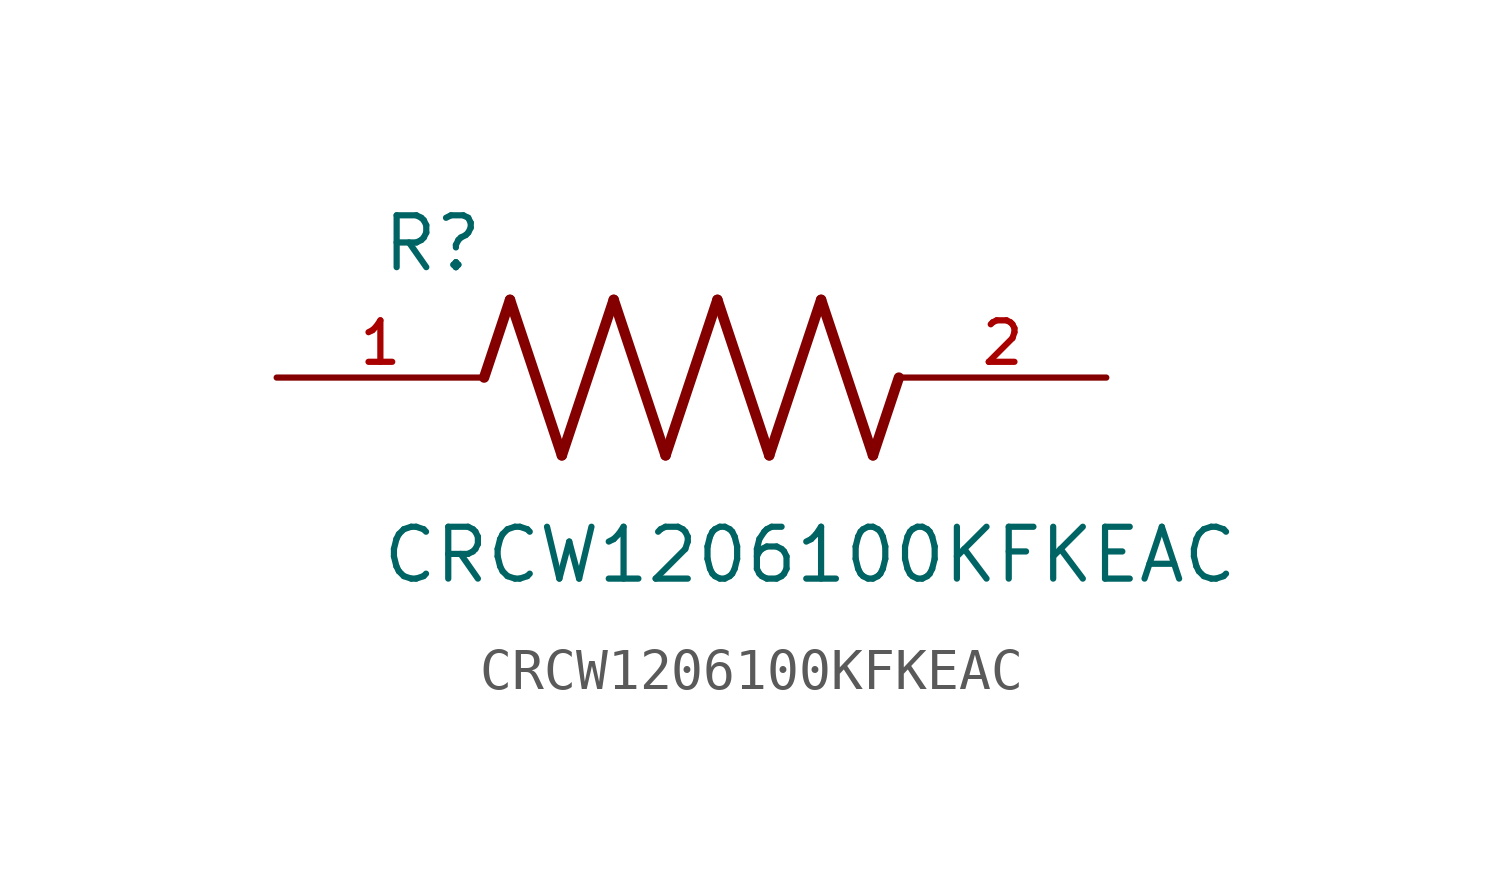
<source format=kicad_sym>
(kicad_symbol_lib
  (version 20211014)
  (generator kicad_symbol_editor)
  (symbol "CRCW1206100KFKEAC"
    (pin_names
      (offset 1.016))
    (property "Reference" "R"
      (at -7.624 2.541 0)
      (effects (font (size 1.27 1.27)) (justify bottom left)))
    (property "Value" "CRCW1206100KFKEAC"
      (at -7.63 -5.087 0)
      (effects (font (size 1.27 1.27)) (justify bottom left)))
    (symbol "CRCW1206100KFKEAC_0_0"
      (polyline (pts (xy -5.08 0.0) (xy -4.445 1.905)) (stroke (width 0.254)))
      (polyline (pts (xy -4.445 1.905) (xy -3.175 -1.905)) (stroke (width 0.254)))
      (polyline (pts (xy -3.175 -1.905) (xy -1.905 1.905)) (stroke (width 0.254)))
      (polyline (pts (xy -1.905 1.905) (xy -0.635 -1.905)) (stroke (width 0.254)))
      (polyline (pts (xy -0.635 -1.905) (xy 0.635 1.905)) (stroke (width 0.254)))
      (polyline (pts (xy 0.635 1.905) (xy 1.905 -1.905)) (stroke (width 0.254)))
      (polyline (pts (xy 1.905 -1.905) (xy 3.175 1.905)) (stroke (width 0.254)))
      (polyline (pts (xy 3.175 1.905) (xy 4.445 -1.905)) (stroke (width 0.254)))
      (polyline (pts (xy 4.445 -1.905) (xy 5.08 0.0)) (stroke (width 0.254)))
      (pin passive line (at -10.16 0.0 0) (length 5.08) (name "~" (effects (font (size 1.016 1.016)))) (number "1" (effects (font (size 1.016 1.016)))))
      (pin passive line (at 10.16 0.0 180.0) (length 5.08) (name "~" (effects (font (size 1.016 1.016)))) (number "2" (effects (font (size 1.016 1.016))))))))
</source>
